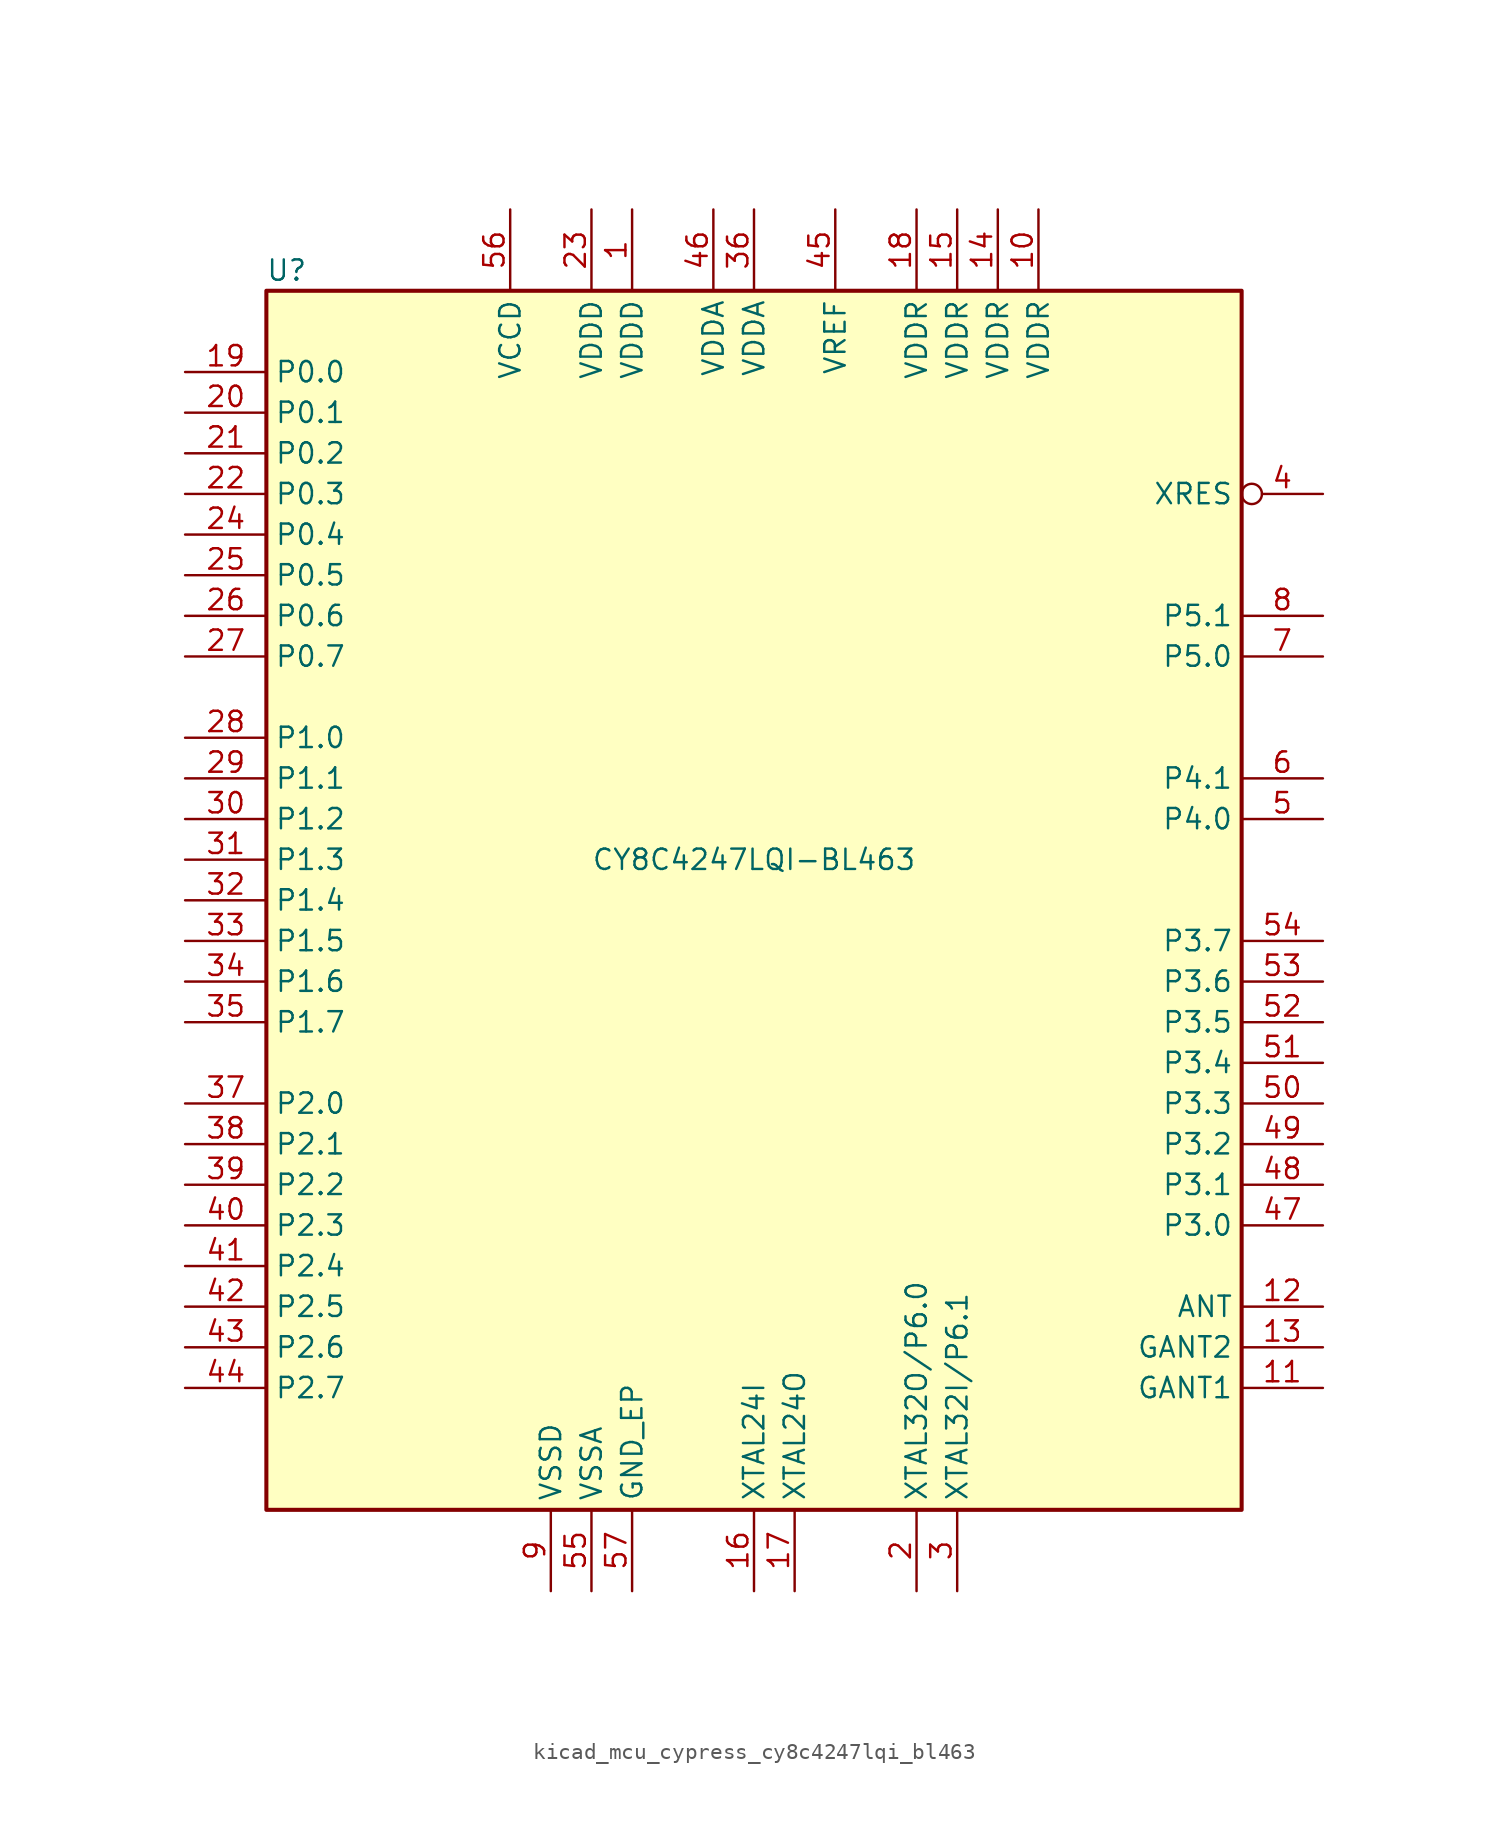
<source format=kicad_sym>
(kicad_symbol_lib
  (version 20220914)
  (generator kicad_symbol_editor)
  (symbol "kicad_mcu_cypress_cy8c4247lqi_bl463"
    (property "Reference" "U"
      (at -29.21 39.37 0)
      (effects (font (size 1.27 1.27))))
    (property "Value" "CY8C4247LQI-BL463"
      (at 0 2.54 0)
      (effects (font (size 1.27 1.27))))
    (symbol "kicad_mcu_cypress_cy8c4247lqi_bl463_1_0"
      (rectangle (start -30.48 -38.1) (end 30.48 38.1) (stroke (width 0.254) (type default)) (fill (type background))))
    (symbol "kicad_mcu_cypress_cy8c4247lqi_bl463_1_1"
      (pin power_in line (at -7.62 43.18 270) (length 5.08) (name "VDDD" (effects (font (size 1.27 1.27)))) (number "1" (effects (font (size 1.27 1.27)))))
      (pin power_in line (at 17.78 43.18 270) (length 5.08) (name "VDDR" (effects (font (size 1.27 1.27)))) (number "10" (effects (font (size 1.27 1.27)))))
      (pin power_in line (at 35.56 -30.48 180) (length 5.08) (name "GANT1" (effects (font (size 1.27 1.27)))) (number "11" (effects (font (size 1.27 1.27)))))
      (pin output line (at 35.56 -25.4 180) (length 5.08) (name "ANT" (effects (font (size 1.27 1.27)))) (number "12" (effects (font (size 1.27 1.27)))))
      (pin power_in line (at 35.56 -27.94 180) (length 5.08) (name "GANT2" (effects (font (size 1.27 1.27)))) (number "13" (effects (font (size 1.27 1.27)))))
      (pin power_in line (at 15.24 43.18 270) (length 5.08) (name "VDDR" (effects (font (size 1.27 1.27)))) (number "14" (effects (font (size 1.27 1.27)))))
      (pin power_in line (at 12.7 43.18 270) (length 5.08) (name "VDDR" (effects (font (size 1.27 1.27)))) (number "15" (effects (font (size 1.27 1.27)))))
      (pin input line (at 0 -43.18 90) (length 5.08) (name "XTAL24I" (effects (font (size 1.27 1.27)))) (number "16" (effects (font (size 1.27 1.27)))))
      (pin output line (at 2.54 -43.18 90) (length 5.08) (name "XTAL24O" (effects (font (size 1.27 1.27)))) (number "17" (effects (font (size 1.27 1.27)))))
      (pin power_in line (at 10.16 43.18 270) (length 5.08) (name "VDDR" (effects (font (size 1.27 1.27)))) (number "18" (effects (font (size 1.27 1.27)))))
      (pin bidirectional line (at -35.56 33.02 0) (length 5.08) (name "P0.0" (effects (font (size 1.27 1.27)))) (number "19" (effects (font (size 1.27 1.27)))))
      (pin bidirectional line (at 10.16 -43.18 90) (length 5.08) (name "XTAL32O/P6.0" (effects (font (size 1.27 1.27)))) (number "2" (effects (font (size 1.27 1.27)))))
      (pin bidirectional line (at -35.56 30.48 0) (length 5.08) (name "P0.1" (effects (font (size 1.27 1.27)))) (number "20" (effects (font (size 1.27 1.27)))))
      (pin bidirectional line (at -35.56 27.94 0) (length 5.08) (name "P0.2" (effects (font (size 1.27 1.27)))) (number "21" (effects (font (size 1.27 1.27)))))
      (pin bidirectional line (at -35.56 25.4 0) (length 5.08) (name "P0.3" (effects (font (size 1.27 1.27)))) (number "22" (effects (font (size 1.27 1.27)))))
      (pin power_in line (at -10.16 43.18 270) (length 5.08) (name "VDDD" (effects (font (size 1.27 1.27)))) (number "23" (effects (font (size 1.27 1.27)))))
      (pin bidirectional line (at -35.56 22.86 0) (length 5.08) (name "P0.4" (effects (font (size 1.27 1.27)))) (number "24" (effects (font (size 1.27 1.27)))))
      (pin bidirectional line (at -35.56 20.32 0) (length 5.08) (name "P0.5" (effects (font (size 1.27 1.27)))) (number "25" (effects (font (size 1.27 1.27)))))
      (pin bidirectional line (at -35.56 17.78 0) (length 5.08) (name "P0.6" (effects (font (size 1.27 1.27)))) (number "26" (effects (font (size 1.27 1.27)))))
      (pin bidirectional line (at -35.56 15.24 0) (length 5.08) (name "P0.7" (effects (font (size 1.27 1.27)))) (number "27" (effects (font (size 1.27 1.27)))))
      (pin bidirectional line (at -35.56 10.16 0) (length 5.08) (name "P1.0" (effects (font (size 1.27 1.27)))) (number "28" (effects (font (size 1.27 1.27)))))
      (pin bidirectional line (at -35.56 7.62 0) (length 5.08) (name "P1.1" (effects (font (size 1.27 1.27)))) (number "29" (effects (font (size 1.27 1.27)))))
      (pin bidirectional line (at 12.7 -43.18 90) (length 5.08) (name "XTAL32I/P6.1" (effects (font (size 1.27 1.27)))) (number "3" (effects (font (size 1.27 1.27)))))
      (pin bidirectional line (at -35.56 5.08 0) (length 5.08) (name "P1.2" (effects (font (size 1.27 1.27)))) (number "30" (effects (font (size 1.27 1.27)))))
      (pin bidirectional line (at -35.56 2.54 0) (length 5.08) (name "P1.3" (effects (font (size 1.27 1.27)))) (number "31" (effects (font (size 1.27 1.27)))))
      (pin bidirectional line (at -35.56 0 0) (length 5.08) (name "P1.4" (effects (font (size 1.27 1.27)))) (number "32" (effects (font (size 1.27 1.27)))))
      (pin bidirectional line (at -35.56 -2.54 0) (length 5.08) (name "P1.5" (effects (font (size 1.27 1.27)))) (number "33" (effects (font (size 1.27 1.27)))))
      (pin bidirectional line (at -35.56 -5.08 0) (length 5.08) (name "P1.6" (effects (font (size 1.27 1.27)))) (number "34" (effects (font (size 1.27 1.27)))))
      (pin bidirectional line (at -35.56 -7.62 0) (length 5.08) (name "P1.7" (effects (font (size 1.27 1.27)))) (number "35" (effects (font (size 1.27 1.27)))))
      (pin power_in line (at 0 43.18 270) (length 5.08) (name "VDDA" (effects (font (size 1.27 1.27)))) (number "36" (effects (font (size 1.27 1.27)))))
      (pin bidirectional line (at -35.56 -12.7 0) (length 5.08) (name "P2.0" (effects (font (size 1.27 1.27)))) (number "37" (effects (font (size 1.27 1.27)))))
      (pin bidirectional line (at -35.56 -15.24 0) (length 5.08) (name "P2.1" (effects (font (size 1.27 1.27)))) (number "38" (effects (font (size 1.27 1.27)))))
      (pin bidirectional line (at -35.56 -17.78 0) (length 5.08) (name "P2.2" (effects (font (size 1.27 1.27)))) (number "39" (effects (font (size 1.27 1.27)))))
      (pin input inverted (at 35.56 25.4 180) (length 5.08) (name "XRES" (effects (font (size 1.27 1.27)))) (number "4" (effects (font (size 1.27 1.27)))))
      (pin bidirectional line (at -35.56 -20.32 0) (length 5.08) (name "P2.3" (effects (font (size 1.27 1.27)))) (number "40" (effects (font (size 1.27 1.27)))))
      (pin bidirectional line (at -35.56 -22.86 0) (length 5.08) (name "P2.4" (effects (font (size 1.27 1.27)))) (number "41" (effects (font (size 1.27 1.27)))))
      (pin bidirectional line (at -35.56 -25.4 0) (length 5.08) (name "P2.5" (effects (font (size 1.27 1.27)))) (number "42" (effects (font (size 1.27 1.27)))))
      (pin bidirectional line (at -35.56 -27.94 0) (length 5.08) (name "P2.6" (effects (font (size 1.27 1.27)))) (number "43" (effects (font (size 1.27 1.27)))))
      (pin bidirectional line (at -35.56 -30.48 0) (length 5.08) (name "P2.7" (effects (font (size 1.27 1.27)))) (number "44" (effects (font (size 1.27 1.27)))))
      (pin passive line (at 5.08 43.18 270) (length 5.08) (name "VREF" (effects (font (size 1.27 1.27)))) (number "45" (effects (font (size 1.27 1.27)))))
      (pin power_in line (at -2.54 43.18 270) (length 5.08) (name "VDDA" (effects (font (size 1.27 1.27)))) (number "46" (effects (font (size 1.27 1.27)))))
      (pin bidirectional line (at 35.56 -20.32 180) (length 5.08) (name "P3.0" (effects (font (size 1.27 1.27)))) (number "47" (effects (font (size 1.27 1.27)))))
      (pin bidirectional line (at 35.56 -17.78 180) (length 5.08) (name "P3.1" (effects (font (size 1.27 1.27)))) (number "48" (effects (font (size 1.27 1.27)))))
      (pin bidirectional line (at 35.56 -15.24 180) (length 5.08) (name "P3.2" (effects (font (size 1.27 1.27)))) (number "49" (effects (font (size 1.27 1.27)))))
      (pin bidirectional line (at 35.56 5.08 180) (length 5.08) (name "P4.0" (effects (font (size 1.27 1.27)))) (number "5" (effects (font (size 1.27 1.27)))))
      (pin bidirectional line (at 35.56 -12.7 180) (length 5.08) (name "P3.3" (effects (font (size 1.27 1.27)))) (number "50" (effects (font (size 1.27 1.27)))))
      (pin bidirectional line (at 35.56 -10.16 180) (length 5.08) (name "P3.4" (effects (font (size 1.27 1.27)))) (number "51" (effects (font (size 1.27 1.27)))))
      (pin bidirectional line (at 35.56 -7.62 180) (length 5.08) (name "P3.5" (effects (font (size 1.27 1.27)))) (number "52" (effects (font (size 1.27 1.27)))))
      (pin bidirectional line (at 35.56 -5.08 180) (length 5.08) (name "P3.6" (effects (font (size 1.27 1.27)))) (number "53" (effects (font (size 1.27 1.27)))))
      (pin bidirectional line (at 35.56 -2.54 180) (length 5.08) (name "P3.7" (effects (font (size 1.27 1.27)))) (number "54" (effects (font (size 1.27 1.27)))))
      (pin power_in line (at -10.16 -43.18 90) (length 5.08) (name "VSSA" (effects (font (size 1.27 1.27)))) (number "55" (effects (font (size 1.27 1.27)))))
      (pin power_out line (at -15.24 43.18 270) (length 5.08) (name "VCCD" (effects (font (size 1.27 1.27)))) (number "56" (effects (font (size 1.27 1.27)))))
      (pin power_in line (at -7.62 -43.18 90) (length 5.08) (name "GND_EP" (effects (font (size 1.27 1.27)))) (number "57" (effects (font (size 1.27 1.27)))))
      (pin bidirectional line (at 35.56 7.62 180) (length 5.08) (name "P4.1" (effects (font (size 1.27 1.27)))) (number "6" (effects (font (size 1.27 1.27)))))
      (pin bidirectional line (at 35.56 15.24 180) (length 5.08) (name "P5.0" (effects (font (size 1.27 1.27)))) (number "7" (effects (font (size 1.27 1.27)))))
      (pin bidirectional line (at 35.56 17.78 180) (length 5.08) (name "P5.1" (effects (font (size 1.27 1.27)))) (number "8" (effects (font (size 1.27 1.27)))))
      (pin power_in line (at -12.7 -43.18 90) (length 5.08) (name "VSSD" (effects (font (size 1.27 1.27)))) (number "9" (effects (font (size 1.27 1.27))))))))
</source>
